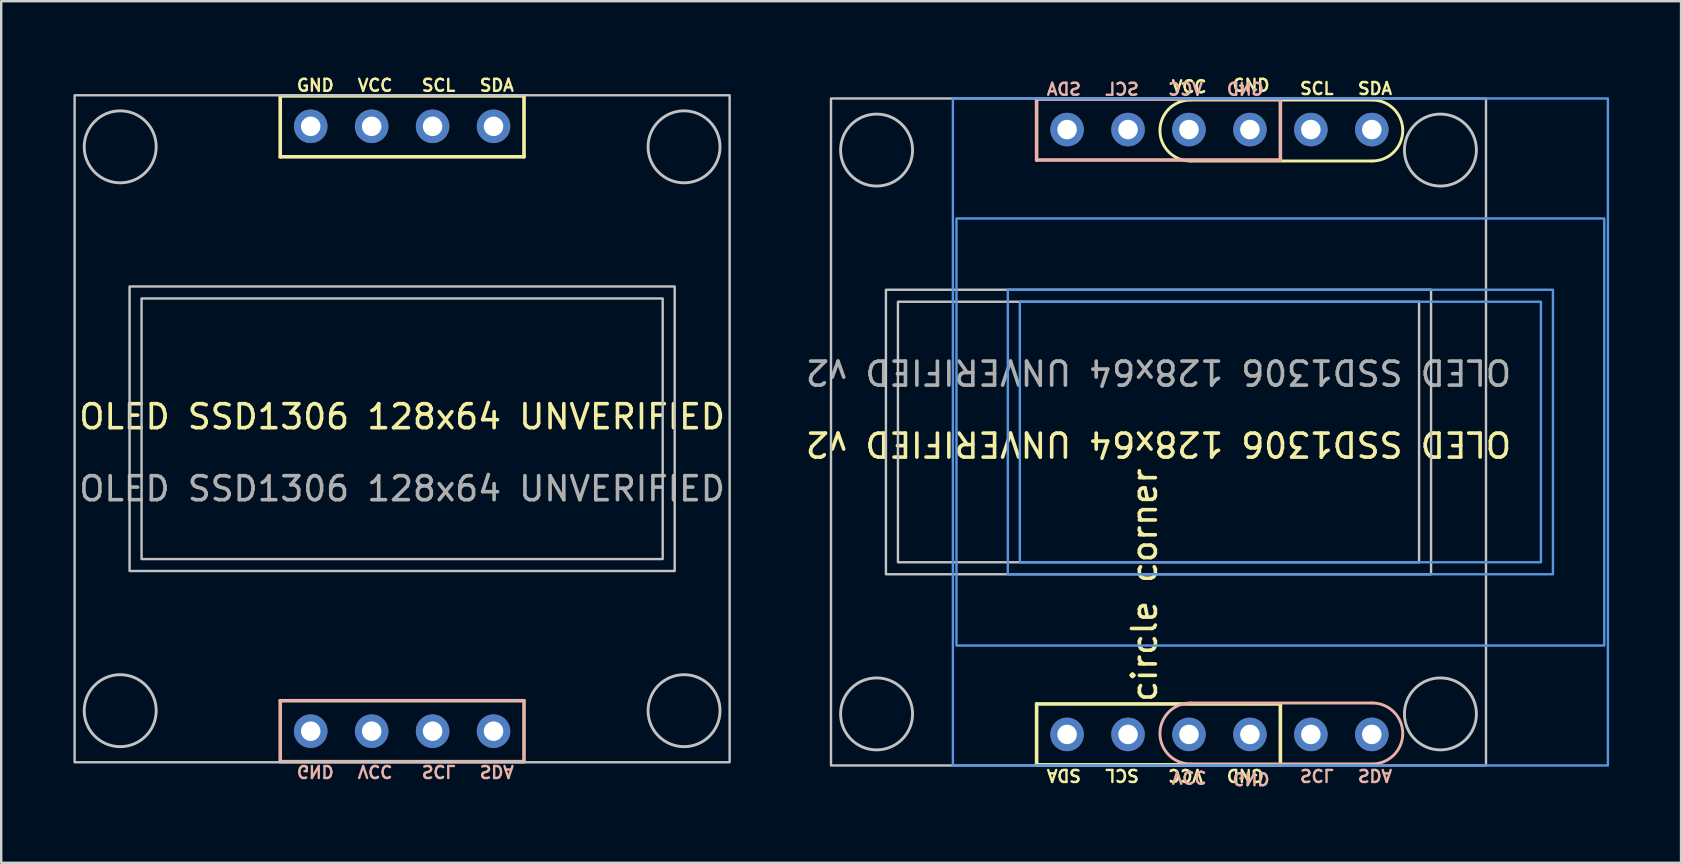
<source format=kicad_pcb>
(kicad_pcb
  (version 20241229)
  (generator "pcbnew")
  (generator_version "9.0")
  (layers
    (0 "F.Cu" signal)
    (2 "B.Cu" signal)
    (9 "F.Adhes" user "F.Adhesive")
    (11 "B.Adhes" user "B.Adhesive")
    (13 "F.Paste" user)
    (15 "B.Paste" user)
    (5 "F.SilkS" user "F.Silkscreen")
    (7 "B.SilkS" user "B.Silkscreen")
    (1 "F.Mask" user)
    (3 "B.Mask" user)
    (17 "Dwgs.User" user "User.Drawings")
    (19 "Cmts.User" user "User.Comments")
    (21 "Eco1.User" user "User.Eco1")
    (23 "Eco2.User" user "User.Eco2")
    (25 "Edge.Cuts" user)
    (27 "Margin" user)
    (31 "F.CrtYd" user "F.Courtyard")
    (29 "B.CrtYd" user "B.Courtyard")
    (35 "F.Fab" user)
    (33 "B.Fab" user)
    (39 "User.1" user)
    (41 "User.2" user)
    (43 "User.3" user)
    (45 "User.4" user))
  (footprint "OLED SSD1306 128x64 UNVERIFIED v2"
    (layer "F.Cu")
    (at 45.225 14.985)
    (property "Reference" "OLED SSD1306 128x64 UNVERIFIED v2" (at 0.01 0.47 180) (unlocked yes) (layer "F.SilkS") (effects (font (size 1 1) (thickness 0.15))))
    (attr through_hole exclude_from_pos_files exclude_from_bom)
    (fp_line (start -5.07 13.845) (end -5.07 11.305) (stroke (width 0.15) (type solid)) (layer "F.SilkS"))
    (fp_line (start -5.07 13.845) (end 5.09 13.845) (stroke (width 0.15) (type solid)) (layer "F.SilkS"))
    (fp_line (start 1.34 -11.325) (end 8.92 -11.325) (stroke (width 0.12) (type default)) (layer "F.SilkS"))
    (fp_line (start 5.09 11.305) (end -5.07 11.305) (stroke (width 0.15) (type solid)) (layer "F.SilkS"))
    (fp_line (start 5.09 11.305) (end 5.09 13.845) (stroke (width 0.15) (type solid)) (layer "F.SilkS"))
    (fp_line (start 8.92 -13.865) (end 1.34 -13.865) (stroke (width 0.12) (type default)) (layer "F.SilkS"))
    (fp_arc (start 1.34 -11.325) (mid 0.07 -12.595) (end 1.34 -13.865) (stroke (width 0.12) (type default)) (layer "F.SilkS"))
    (fp_arc (start 8.92 -13.865) (mid 10.19 -12.595) (end 8.92 -11.325) (stroke (width 0.12) (type default)) (layer "F.SilkS"))
    (fp_line (start -5.07 -13.905) (end -5.07 -11.365) (stroke (width 0.15) (type solid)) (layer "B.SilkS"))
    (fp_line (start -5.07 -13.905) (end 5.09 -13.905) (stroke (width 0.15) (type solid)) (layer "B.SilkS"))
    (fp_line (start 1.34 11.265) (end 8.92 11.265) (stroke (width 0.12) (type default)) (layer "B.SilkS"))
    (fp_line (start 5.09 -11.365) (end -5.07 -11.365) (stroke (width 0.15) (type solid)) (layer "B.SilkS"))
    (fp_line (start 5.09 -11.365) (end 5.09 -13.905) (stroke (width 0.15) (type solid)) (layer "B.SilkS"))
    (fp_line (start 8.92 13.805) (end 1.34 13.805) (stroke (width 0.12) (type default)) (layer "B.SilkS"))
    (fp_arc (start 1.34 13.805) (mid 0.07 12.535) (end 1.34 11.265) (stroke (width 0.12) (type default)) (layer "B.SilkS"))
    (fp_arc (start 8.92 11.265) (mid 10.19 12.535) (end 8.92 13.805) (stroke (width 0.12) (type default)) (layer "B.SilkS"))
    (fp_rect (start -13.64 -13.93) (end 13.66 13.87) (stroke (width 0.1) (type solid)) (fill no) (layer "Dwgs.User"))
    (fp_rect (start 10.87 -5.46) (end -10.85 5.4) (stroke (width 0.1) (type solid)) (fill no) (layer "Dwgs.User"))
    (fp_rect (start 11.37 -5.96) (end -11.35 5.9) (stroke (width 0.1) (type solid)) (fill no) (layer "Dwgs.User"))
    (fp_circle (center -11.74 -11.78) (end -13.24 -11.78) (stroke (width 0.12) (type default)) (fill no) (layer "Dwgs.User"))
    (fp_circle (center -11.74 11.72) (end -13.24 11.72) (stroke (width 0.12) (type default)) (fill no) (layer "Dwgs.User"))
    (fp_circle (center 11.76 -11.78) (end 10.26 -11.78) (stroke (width 0.12) (type default)) (fill no) (layer "Dwgs.User"))
    (fp_circle (center 11.76 11.72) (end 10.26 11.72) (stroke (width 0.12) (type default)) (fill no) (layer "Dwgs.User"))
    (fp_rect (start -8.56 -13.93) (end 18.74 13.87) (stroke (width 0.1) (type solid)) (fill no) (layer "Cmts.User"))
    (fp_rect (start 15.95 -5.46) (end -5.77 5.4) (stroke (width 0.1) (type solid)) (fill no) (layer "Cmts.User"))
    (fp_rect (start 16.45 -5.96) (end -6.27 5.9) (stroke (width 0.1) (type solid)) (fill no) (layer "Cmts.User"))
    (fp_rect (start 18.59 -8.93) (end -8.41 8.87) (stroke (width 0.1) (type solid)) (fill no) (layer "Cmts.User"))
    (fp_rect (start 13.51 -8.93) (end -13.49 8.87) (stroke (width 0.1) (type solid)) (fill no) (layer "User.7"))
    (fp_text user "SCL" (at -0.752 13.99 180) (unlocked yes) (layer "F.SilkS") (effects (font (size 0.5 0.5) (thickness 0.1)) (justify left bottom)))
    (fp_text user "VCC" (at 1.915 13.99 180) (unlocked yes) (layer "F.SilkS") (effects (font (size 0.5 0.5) (thickness 0.1)) (justify left bottom)))
    (fp_text user "SDA" (at -3.165 13.99 180) (unlocked yes) (layer "F.SilkS") (effects (font (size 0.5 0.5) (thickness 0.1)) (justify left bottom)))
    (fp_text user "circle corner " (at 0.01 11.305 90) (unlocked yes) (layer "F.SilkS") (effects (font (size 1 1) (thickness 0.15)) (justify left bottom)))
    (fp_text user "GND" (at 4.455 13.99 180) (unlocked yes) (layer "F.SilkS") (effects (font (size 0.5 0.5) (thickness 0.1)) (justify left bottom)))
    (fp_text user "SCL" (at 5.852 -14.05 0) (unlocked yes) (layer "F.SilkS") (effects (font (size 0.5 0.5) (thickness 0.1)) (justify left bottom)))
    (fp_text user "SDA" (at 8.265 -14.05 0) (unlocked yes) (layer "F.SilkS") (effects (font (size 0.5 0.5) (thickness 0.1)) (justify left bottom)))
    (fp_text user "GND" (at 3.04 -14.185 0) (unlocked yes) (layer "F.SilkS") (effects (font (size 0.5 0.5) (thickness 0.1)) (justify left bottom)))
    (fp_text user "VCC" (at 0.51 -14.125 0) (unlocked yes) (layer "F.SilkS") (effects (font (size 0.5 0.5) (thickness 0.1)) (justify left bottom)))
    (fp_text user "GND" (at 3.04 14.125 180) (unlocked yes) (layer "B.SilkS") (effects (font (size 0.5 0.5) (thickness 0.1)) (justify left bottom mirror)))
    (fp_text user "VCC" (at 0.51 14.065 180) (unlocked yes) (layer "B.SilkS") (effects (font (size 0.5 0.5) (thickness 0.1)) (justify left bottom mirror)))
    (fp_text user "VCC" (at 1.915 -14.02 0) (unlocked yes) (layer "B.SilkS") (effects (font (size 0.5 0.5) (thickness 0.1)) (justify left bottom mirror)))
    (fp_text user "GND" (at 4.455 -14.02 0) (unlocked yes) (layer "B.SilkS") (effects (font (size 0.5 0.5) (thickness 0.1)) (justify left bottom mirror)))
    (fp_text user "SDA" (at 8.265 13.99 180) (unlocked yes) (layer "B.SilkS") (effects (font (size 0.5 0.5) (thickness 0.1)) (justify left bottom mirror)))
    (fp_text user "SDA" (at -3.165 -14.02 0) (unlocked yes) (layer "B.SilkS") (effects (font (size 0.5 0.5) (thickness 0.1)) (justify left bottom mirror)))
    (fp_text user "SCL" (at 5.852 13.99 180) (unlocked yes) (layer "B.SilkS") (effects (font (size 0.5 0.5) (thickness 0.1)) (justify left bottom mirror)))
    (fp_text user "SCL" (at -0.752 -14.02 0) (unlocked yes) (layer "B.SilkS") (effects (font (size 0.5 0.5) (thickness 0.1)) (justify left bottom mirror)))
    (fp_text user "${REFERENCE}" (at 0.01 -2.53 180) (unlocked yes) (layer "F.Fab") (effects (font (size 1 1) (thickness 0.15))))
    (dimension (type aligned) (layer "Eco2.User") (pts (xy 58.885 28.855) (xy 58.885 1.055)) (height -6.65) (format (prefix "") (suffix "") (units 3) (units_format 1) (precision 4)) (style (thickness 0.12) (arrow_length 1.27) (text_position_mode 0) (arrow_direction outward) (extension_height 0.586) (extension_offset 0.5) (keep_text_aligned yes)) (gr_text "27.8000 mm" (at 51.085 14.955 90) (layer "Eco2.User") (effects (font (size 1 1) (thickness 0.15)))))
    (dimension (type aligned) (layer "Eco2.User") (pts (xy 31.585 28.855) (xy 58.885 28.855)) (height -22.32) (format (prefix "") (suffix "") (units 3) (units_format 1) (precision 4)) (style (thickness 0.12) (arrow_length 1.27) (text_position_mode 0) (arrow_direction outward) (extension_height 0.586) (extension_offset 0.5) (keep_text_aligned yes)) (gr_text "27.3000 mm" (at 45.235 5.385 0) (layer "Eco2.User") (effects (font (size 1 1) (thickness 0.15)))))
    (dimension (type aligned) (layer "Eco2.User") (pts (xy 33.485 26.705) (xy 56.985 26.705)) (height -3.92) (format (prefix "") (suffix "") (units 3) (units_format 1) (precision 4)) (style (thickness 0.12) (arrow_length 1.27) (text_position_mode 0) (arrow_direction outward) (extension_height 0.586) (extension_offset 0.5) (keep_text_aligned yes)) (gr_text "23.5000 mm" (at 45.235 21.635 0) (layer "Eco2.User") (effects (font (size 1 1) (thickness 0.15)))))
    (pad "1" thru_hole circle (at -3.8 -12.635) (size 1.397 1.397) (drill 0.813) (layers "*.Cu" "F.Mask"))
    (pad "1" thru_hole circle (at -3.8 12.575 180) (size 1.397 1.397) (drill 0.813) (layers "*.Cu" "B.Mask"))
    (pad "1" thru_hole circle (at 8.9 -12.635) (size 1.397 1.397) (drill 0.813) (layers "*.Cu" "B.Mask"))
    (pad "1" thru_hole circle (at 8.9 12.575 180) (size 1.397 1.397) (drill 0.813) (layers "*.Cu" "F.Mask"))
    (pad "2" thru_hole circle (at -1.26 -12.635) (size 1.397 1.397) (drill 0.813) (layers "*.Cu" "F.Mask"))
    (pad "2" thru_hole circle (at -1.26 12.575 180) (size 1.397 1.397) (drill 0.813) (layers "*.Cu" "B.Mask"))
    (pad "2" thru_hole circle (at 6.36 -12.635) (size 1.397 1.397) (drill 0.813) (layers "*.Cu" "B.Mask"))
    (pad "2" thru_hole circle (at 6.36 12.575 180) (size 1.397 1.397) (drill 0.813) (layers "*.Cu" "F.Mask"))
    (pad "3" thru_hole circle (at 1.28 -12.635) (size 1.397 1.397) (drill 0.813) (layers "*.Cu" "*.Mask"))
    (pad "3" thru_hole circle (at 1.28 12.575 180) (size 1.397 1.397) (drill 0.813) (layers "*.Cu" "*.Mask"))
    (pad "4" thru_hole circle (at 3.82 -12.635) (size 1.397 1.397) (drill 0.813) (layers "*.Cu" "*.Mask"))
    (pad "4" thru_hole circle (at 3.82 12.575 180) (size 1.397 1.397) (drill 0.813) (layers "*.Cu" "*.Mask")))
  (footprint "OLED SSD1306 128x64 UNVERIFIED"
    (layer "F.Cu")
    (at 13.71 14.82)
    (property "Reference" "OLED SSD1306 128x64 UNVERIFIED" (at 0 -0.5 0) (unlocked yes) (layer "F.SilkS") (effects (font (size 1 1) (thickness 0.15))))
    (attr through_hole exclude_from_pos_files exclude_from_bom)
    (fp_line (start -5.08 -11.335) (end -5.08 -13.875) (stroke (width 0.15) (type solid)) (layer "F.SilkS"))
    (fp_line (start -5.08 -11.335) (end 5.08 -11.335) (stroke (width 0.15) (type solid)) (layer "F.SilkS"))
    (fp_line (start 5.08 -13.875) (end -5.08 -13.875) (stroke (width 0.15) (type solid)) (layer "F.SilkS"))
    (fp_line (start 5.08 -13.875) (end 5.08 -11.335) (stroke (width 0.15) (type solid)) (layer "F.SilkS"))
    (fp_line (start -5.08 11.335) (end -5.08 13.875) (stroke (width 0.15) (type solid)) (layer "B.SilkS"))
    (fp_line (start -5.08 11.335) (end 5.08 11.335) (stroke (width 0.15) (type solid)) (layer "B.SilkS"))
    (fp_line (start 5.08 13.875) (end -5.08 13.875) (stroke (width 0.15) (type solid)) (layer "B.SilkS"))
    (fp_line (start 5.08 13.875) (end 5.08 11.335) (stroke (width 0.15) (type solid)) (layer "B.SilkS"))
    (fp_rect (start -11.36 5.93) (end 11.36 -5.93) (stroke (width 0.1) (type solid)) (fill no) (layer "Dwgs.User"))
    (fp_rect (start -10.86 5.43) (end 10.86 -5.43) (stroke (width 0.1) (type solid)) (fill no) (layer "Dwgs.User"))
    (fp_rect (start 13.65 13.9) (end -13.65 -13.9) (stroke (width 0.1) (type solid)) (fill no) (layer "Dwgs.User"))
    (fp_circle (center -11.75 -11.75) (end -10.25 -11.75) (stroke (width 0.12) (type default)) (fill no) (layer "Dwgs.User"))
    (fp_circle (center -11.75 11.75) (end -10.25 11.75) (stroke (width 0.12) (type default)) (fill no) (layer "Dwgs.User"))
    (fp_circle (center 11.75 -11.75) (end 13.25 -11.75) (stroke (width 0.12) (type default)) (fill no) (layer "Dwgs.User"))
    (fp_circle (center 11.75 11.75) (end 13.25 11.75) (stroke (width 0.12) (type default)) (fill no) (layer "Dwgs.User"))
    (fp_rect (start -13.5 8.9) (end 13.5 -8.9) (stroke (width 0.1) (type solid)) (fill no) (layer "User.7"))
    (fp_text user "SDA" (at 3.175 -14.02 0) (unlocked yes) (layer "F.SilkS") (effects (font (size 0.5 0.5) (thickness 0.1)) (justify left bottom)))
    (fp_text user "VCC" (at -1.905 -14.02 0) (unlocked yes) (layer "F.SilkS") (effects (font (size 0.5 0.5) (thickness 0.1)) (justify left bottom)))
    (fp_text user "GND" (at -4.445 -14.02 0) (unlocked yes) (layer "F.SilkS") (effects (font (size 0.5 0.5) (thickness 0.1)) (justify left bottom)))
    (fp_text user "SCL" (at 0.762 -14.02 0) (unlocked yes) (layer "F.SilkS") (effects (font (size 0.5 0.5) (thickness 0.1)) (justify left bottom)))
    (fp_text user "SDA" (at 3.175 13.99 180) (unlocked yes) (layer "B.SilkS") (effects (font (size 0.5 0.5) (thickness 0.1)) (justify left bottom mirror)))
    (fp_text user "VCC" (at -1.905 13.99 180) (unlocked yes) (layer "B.SilkS") (effects (font (size 0.5 0.5) (thickness 0.1)) (justify left bottom mirror)))
    (fp_text user "SCL" (at 0.762 13.99 180) (unlocked yes) (layer "B.SilkS") (effects (font (size 0.5 0.5) (thickness 0.1)) (justify left bottom mirror)))
    (fp_text user "GND" (at -4.445 13.99 180) (unlocked yes) (layer "B.SilkS") (effects (font (size 0.5 0.5) (thickness 0.1)) (justify left bottom mirror)))
    (fp_text user "${REFERENCE}" (at 0 2.5 0) (unlocked yes) (layer "F.Fab") (effects (font (size 1 1) (thickness 0.15))))
    (dimension (type aligned) (layer "Eco2.User") (pts (xy 0.06 0.92) (xy 0.06 28.72)) (height -6.65) (format (prefix "") (suffix "") (units 3) (units_format 1) (precision 4)) (style (thickness 0.12) (arrow_length 1.27) (text_position_mode 0) (arrow_direction outward) (extension_height 0.586) (extension_offset 0.5) (keep_text_aligned yes)) (gr_text "27.8000 mm" (at 5.56 14.82 90) (layer "Eco2.User") (effects (font (size 1 1) (thickness 0.15)))))
    (dimension (type aligned) (layer "Eco2.User") (pts (xy 25.46 3.07) (xy 1.96 3.07)) (height -3.92) (format (prefix "") (suffix "") (units 3) (units_format 1) (precision 4)) (style (thickness 0.12) (arrow_length 1.27) (text_position_mode 0) (arrow_direction outward) (extension_height 0.586) (extension_offset 0.5) (keep_text_aligned yes)) (gr_text "23.5000 mm" (at 13.71 5.84 0) (layer "Eco2.User") (effects (font (size 1 1) (thickness 0.15)))))
    (dimension (type aligned) (layer "Eco2.User") (pts (xy 27.36 0.92) (xy 0.06 0.92)) (height -22.32) (format (prefix "") (suffix "") (units 3) (units_format 1) (precision 4)) (style (thickness 0.12) (arrow_length 1.27) (text_position_mode 0) (arrow_direction outward) (extension_height 0.586) (extension_offset 0.5) (keep_text_aligned yes)) (gr_text "27.3000 mm" (at 13.71 22.09 0) (layer "Eco2.User") (effects (font (size 1 1) (thickness 0.15)))))
    (pad "1" thru_hole circle (at 3.81 -12.605) (size 1.397 1.397) (drill 0.813) (layers "*.Cu" "B.Mask"))
    (pad "1" thru_hole circle (at 3.81 12.605 180) (size 1.397 1.397) (drill 0.813) (layers "*.Cu" "F.Mask"))
    (pad "2" thru_hole circle (at 1.27 -12.605) (size 1.397 1.397) (drill 0.813) (layers "*.Cu" "B.Mask"))
    (pad "2" thru_hole circle (at 1.27 12.605 180) (size 1.397 1.397) (drill 0.813) (layers "*.Cu" "F.Mask"))
    (pad "3" thru_hole circle (at -1.27 -12.605) (size 1.397 1.397) (drill 0.813) (layers "*.Cu" "B.Mask"))
    (pad "3" thru_hole circle (at -1.27 12.605 180) (size 1.397 1.397) (drill 0.813) (layers "*.Cu" "F.Mask"))
    (pad "4" thru_hole circle (at -3.81 -12.605) (size 1.397 1.397) (drill 0.813) (layers "*.Cu" "B.Mask"))
    (pad "4" thru_hole circle (at -3.81 12.605 180) (size 1.397 1.397) (drill 0.813) (layers "*.Cu" "F.Mask")))
  (gr_rect
    (start -3 -3)
    (end 67.015 32.91)
    (stroke (width 0.1) (type default))
    (fill no)
    (layer "Edge.Cuts")))
</source>
